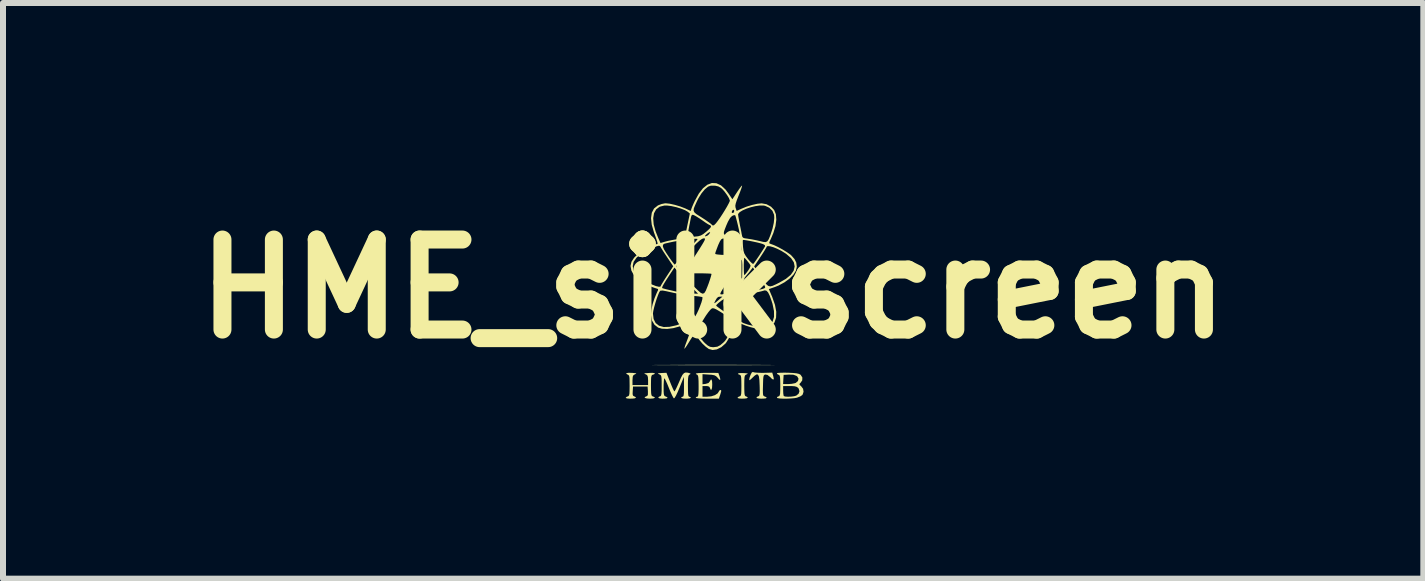
<source format=kicad_pcb>
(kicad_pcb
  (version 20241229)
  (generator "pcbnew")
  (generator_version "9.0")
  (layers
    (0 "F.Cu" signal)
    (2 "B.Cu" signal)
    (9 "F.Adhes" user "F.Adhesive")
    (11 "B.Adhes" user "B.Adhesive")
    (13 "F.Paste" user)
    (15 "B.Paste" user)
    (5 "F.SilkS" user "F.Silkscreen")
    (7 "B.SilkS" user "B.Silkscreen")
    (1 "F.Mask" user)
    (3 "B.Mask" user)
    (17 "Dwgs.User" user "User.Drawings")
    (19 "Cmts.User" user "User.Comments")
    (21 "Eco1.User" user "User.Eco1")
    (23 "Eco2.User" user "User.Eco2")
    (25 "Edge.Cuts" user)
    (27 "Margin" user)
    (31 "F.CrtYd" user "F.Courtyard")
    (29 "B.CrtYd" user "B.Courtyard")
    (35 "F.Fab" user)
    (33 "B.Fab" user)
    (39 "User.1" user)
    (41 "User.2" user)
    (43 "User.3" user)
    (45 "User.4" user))
  (footprint "HME_silkscreen"
    (layer "F.Cu")
    (at 8.836 1.764)
    (property "Reference" "HME_silkscreen" (at 0 0 0) (layer "F.SilkS") (effects (font (size 1.5 1.5) (thickness 0.3))))
    (attr board_only exclude_from_pos_files exclude_from_bom)
    (fp_poly (pts (xy 0.324 1.266) (xy 0.555 1.267) (xy 0.766 1.267) (xy 0.83 1.268) (xy 0.925 1.268) (xy 0.988 1.269) (xy 1.02 1.269) (xy 1.023 1.27) (xy 0.997 1.27) (xy 0.943 1.271) (xy 0.862 1.271) (xy 0.755 1.271) (xy 0.623 1.272) (xy 0.467 1.272) (xy 0.288 1.272) (xy 0.087 1.272) (xy 0 1.272) (xy -0.21 1.272) (xy -0.399 1.272) (xy -0.564 1.272) (xy -0.706 1.271) (xy -0.822 1.271) (xy -0.914 1.271) (xy -0.978 1.27) (xy -1.016 1.27) (xy -1.025 1.269) (xy -1.004 1.269) (xy -0.954 1.268) (xy -0.872 1.268) (xy -0.83 1.268) (xy -0.629 1.267) (xy -0.404 1.266) (xy -0.164 1.266) (xy 0.082 1.266)) (stroke (width 0) (type solid)) (fill yes) (layer "F.SilkS"))
    (fp_poly (pts (xy 0.543 1.406) (xy 0.572 1.41) (xy 0.575 1.416) (xy 0.556 1.426) (xy 0.555 1.426) (xy 0.539 1.434) (xy 0.528 1.448) (xy 0.522 1.473) (xy 0.519 1.516) (xy 0.518 1.584) (xy 0.518 1.613) (xy 0.519 1.69) (xy 0.521 1.74) (xy 0.526 1.77) (xy 0.534 1.786) (xy 0.548 1.793) (xy 0.551 1.793) (xy 0.573 1.806) (xy 0.574 1.816) (xy 0.555 1.825) (xy 0.517 1.829) (xy 0.472 1.83) (xy 0.432 1.827) (xy 0.408 1.82) (xy 0.405 1.816) (xy 0.418 1.801) (xy 0.437 1.793) (xy 0.452 1.787) (xy 0.461 1.774) (xy 0.467 1.746) (xy 0.469 1.7) (xy 0.47 1.628) (xy 0.47 1.612) (xy 0.469 1.535) (xy 0.467 1.484) (xy 0.462 1.454) (xy 0.454 1.438) (xy 0.44 1.431) (xy 0.438 1.43) (xy 0.412 1.42) (xy 0.416 1.41) (xy 0.444 1.404) (xy 0.484 1.403)) (stroke (width 0) (type solid)) (fill yes) (layer "F.SilkS"))
    (fp_poly (pts (xy 0.668 1.388) (xy 0.693 1.394) (xy 0.741 1.398) (xy 0.804 1.4) (xy 0.836 1.4) (xy 0.984 1.396) (xy 1 1.451) (xy 1.01 1.496) (xy 1.004 1.513) (xy 0.981 1.502) (xy 0.953 1.473) (xy 0.906 1.435) (xy 0.871 1.428) (xy 0.855 1.432) (xy 0.844 1.443) (xy 0.837 1.466) (xy 0.833 1.506) (xy 0.831 1.571) (xy 0.83 1.609) (xy 0.828 1.687) (xy 0.829 1.738) (xy 0.832 1.768) (xy 0.84 1.784) (xy 0.852 1.792) (xy 0.858 1.793) (xy 0.885 1.806) (xy 0.891 1.816) (xy 0.877 1.825) (xy 0.842 1.829) (xy 0.798 1.83) (xy 0.756 1.827) (xy 0.727 1.82) (xy 0.722 1.816) (xy 0.728 1.801) (xy 0.746 1.793) (xy 0.76 1.787) (xy 0.769 1.775) (xy 0.774 1.75) (xy 0.776 1.706) (xy 0.775 1.638) (xy 0.774 1.609) (xy 0.77 1.52) (xy 0.762 1.461) (xy 0.747 1.43) (xy 0.726 1.425) (xy 0.694 1.444) (xy 0.663 1.473) (xy 0.631 1.503) (xy 0.61 1.521) (xy 0.606 1.523) (xy 0.6 1.509) (xy 0.609 1.471) (xy 0.624 1.431) (xy 0.644 1.393) (xy 0.662 1.385)) (stroke (width 0) (type solid)) (fill yes) (layer "F.SilkS"))
    (fp_poly (pts (xy 0.086 1.401) (xy 0.107 1.462) (xy 0.119 1.505) (xy 0.115 1.52) (xy 0.096 1.507) (xy 0.072 1.479) (xy 0.048 1.455) (xy 0.019 1.44) (xy -0.025 1.432) (xy -0.071 1.429) (xy -0.178 1.422) (xy -0.178 1.506) (xy -0.178 1.59) (xy -0.126 1.584) (xy -0.078 1.569) (xy -0.057 1.543) (xy -0.039 1.512) (xy -0.026 1.513) (xy -0.018 1.545) (xy -0.016 1.596) (xy -0.019 1.649) (xy -0.028 1.679) (xy -0.039 1.684) (xy -0.051 1.66) (xy -0.053 1.652) (xy -0.068 1.629) (xy -0.102 1.62) (xy -0.12 1.62) (xy -0.178 1.62) (xy -0.178 1.709) (xy -0.178 1.798) (xy -0.105 1.798) (xy -0.032 1.791) (xy 0.03 1.771) (xy 0.074 1.742) (xy 0.089 1.719) (xy 0.106 1.692) (xy 0.122 1.685) (xy 0.133 1.69) (xy 0.133 1.71) (xy 0.121 1.751) (xy 0.119 1.758) (xy 0.094 1.83) (xy -0.099 1.83) (xy -0.184 1.829) (xy -0.246 1.825) (xy -0.283 1.82) (xy -0.292 1.814) (xy -0.278 1.8) (xy -0.267 1.798) (xy -0.256 1.793) (xy -0.249 1.774) (xy -0.245 1.737) (xy -0.243 1.676) (xy -0.243 1.619) (xy -0.244 1.538) (xy -0.247 1.483) (xy -0.252 1.451) (xy -0.262 1.435) (xy -0.267 1.431) (xy -0.29 1.419) (xy -0.285 1.41) (xy -0.25 1.404) (xy -0.184 1.401) (xy -0.103 1.4)) (stroke (width 0) (type solid)) (fill yes) (layer "F.SilkS"))
    (fp_poly (pts (xy 1.249 1.398) (xy 1.332 1.402) (xy 1.39 1.408) (xy 1.428 1.417) (xy 1.452 1.429) (xy 1.458 1.434) (xy 1.486 1.477) (xy 1.484 1.525) (xy 1.458 1.563) (xy 1.438 1.584) (xy 1.439 1.599) (xy 1.465 1.622) (xy 1.466 1.623) (xy 1.498 1.665) (xy 1.506 1.715) (xy 1.491 1.761) (xy 1.482 1.772) (xy 1.45 1.793) (xy 1.404 1.811) (xy 1.397 1.814) (xy 1.353 1.822) (xy 1.293 1.827) (xy 1.227 1.83) (xy 1.163 1.83) (xy 1.108 1.827) (xy 1.072 1.821) (xy 1.062 1.816) (xy 1.068 1.801) (xy 1.086 1.793) (xy 1.1 1.787) (xy 1.109 1.773) (xy 1.115 1.746) (xy 1.117 1.699) (xy 1.118 1.627) (xy 1.118 1.62) (xy 1.166 1.62) (xy 1.166 1.698) (xy 1.168 1.746) (xy 1.174 1.78) (xy 1.177 1.787) (xy 1.202 1.795) (xy 1.247 1.798) (xy 1.301 1.796) (xy 1.352 1.789) (xy 1.385 1.779) (xy 1.424 1.747) (xy 1.438 1.705) (xy 1.424 1.661) (xy 1.417 1.652) (xy 1.394 1.634) (xy 1.36 1.624) (xy 1.307 1.62) (xy 1.277 1.62) (xy 1.166 1.62) (xy 1.118 1.62) (xy 1.118 1.612) (xy 1.118 1.587) (xy 1.165 1.587) (xy 1.25 1.587) (xy 1.308 1.583) (xy 1.359 1.573) (xy 1.377 1.567) (xy 1.413 1.535) (xy 1.422 1.497) (xy 1.401 1.46) (xy 1.387 1.45) (xy 1.337 1.431) (xy 1.263 1.429) (xy 1.261 1.429) (xy 1.174 1.434) (xy 1.169 1.511) (xy 1.165 1.587) (xy 1.118 1.587) (xy 1.117 1.535) (xy 1.115 1.484) (xy 1.11 1.454) (xy 1.102 1.438) (xy 1.088 1.431) (xy 1.086 1.43) (xy 1.064 1.418) (xy 1.063 1.407) (xy 1.082 1.401) (xy 1.126 1.398) (xy 1.189 1.397)) (stroke (width 0) (type solid)) (fill yes) (layer "F.SilkS"))
    (fp_poly (pts (xy -1.359 1.4) (xy -1.353 1.4) (xy -1.303 1.405) (xy -1.282 1.409) (xy -1.286 1.416) (xy -1.308 1.426) (xy -1.33 1.44) (xy -1.341 1.465) (xy -1.344 1.51) (xy -1.345 1.522) (xy -1.345 1.604) (xy -1.215 1.604) (xy -1.085 1.604) (xy -1.085 1.522) (xy -1.088 1.472) (xy -1.097 1.444) (xy -1.116 1.428) (xy -1.122 1.426) (xy -1.144 1.416) (xy -1.148 1.41) (xy -1.13 1.406) (xy -1.085 1.403) (xy -1.057 1.401) (xy -1.007 1.4) (xy -0.977 1.406) (xy -0.972 1.416) (xy -0.995 1.428) (xy -1.004 1.43) (xy -1.019 1.436) (xy -1.028 1.45) (xy -1.034 1.477) (xy -1.036 1.523) (xy -1.037 1.595) (xy -1.037 1.612) (xy -1.036 1.689) (xy -1.034 1.739) (xy -1.029 1.77) (xy -1.021 1.785) (xy -1.007 1.793) (xy -1.004 1.793) (xy -0.975 1.806) (xy -0.975 1.818) (xy -1.001 1.827) (xy -1.05 1.83) (xy -1.052 1.83) (xy -1.103 1.827) (xy -1.135 1.819) (xy -1.144 1.807) (xy -1.125 1.796) (xy -1.117 1.793) (xy -1.097 1.783) (xy -1.088 1.762) (xy -1.088 1.719) (xy -1.088 1.706) (xy -1.093 1.628) (xy -1.215 1.628) (xy -1.336 1.628) (xy -1.341 1.706) (xy -1.343 1.754) (xy -1.336 1.78) (xy -1.319 1.791) (xy -1.313 1.793) (xy -1.291 1.805) (xy -1.289 1.816) (xy -1.308 1.825) (xy -1.346 1.829) (xy -1.391 1.83) (xy -1.431 1.827) (xy -1.455 1.82) (xy -1.458 1.816) (xy -1.444 1.801) (xy -1.426 1.793) (xy -1.411 1.787) (xy -1.402 1.773) (xy -1.396 1.746) (xy -1.394 1.7) (xy -1.393 1.628) (xy -1.393 1.613) (xy -1.394 1.536) (xy -1.395 1.486) (xy -1.4 1.455) (xy -1.409 1.438) (xy -1.423 1.429) (xy -1.43 1.427) (xy -1.45 1.414) (xy -1.443 1.404) (xy -1.411 1.399)) (stroke (width 0) (type solid)) (fill yes) (layer "F.SilkS"))
    (fp_poly (pts (xy -0.425 1.397) (xy -0.408 1.401) (xy -0.38 1.41) (xy -0.38 1.42) (xy -0.393 1.428) (xy -0.406 1.439) (xy -0.414 1.46) (xy -0.419 1.497) (xy -0.421 1.556) (xy -0.421 1.621) (xy -0.42 1.7) (xy -0.418 1.753) (xy -0.413 1.783) (xy -0.404 1.796) (xy -0.397 1.798) (xy -0.375 1.807) (xy -0.373 1.814) (xy -0.387 1.824) (xy -0.424 1.829) (xy -0.454 1.83) (xy -0.5 1.828) (xy -0.529 1.82) (xy -0.535 1.814) (xy -0.521 1.8) (xy -0.51 1.798) (xy -0.499 1.793) (xy -0.492 1.774) (xy -0.488 1.735) (xy -0.487 1.672) (xy -0.487 1.632) (xy -0.488 1.466) (xy -0.562 1.649) (xy -0.592 1.72) (xy -0.619 1.777) (xy -0.641 1.814) (xy -0.654 1.826) (xy -0.654 1.826) (xy -0.667 1.809) (xy -0.688 1.769) (xy -0.714 1.711) (xy -0.737 1.655) (xy -0.764 1.589) (xy -0.788 1.535) (xy -0.806 1.5) (xy -0.814 1.49) (xy -0.819 1.505) (xy -0.823 1.546) (xy -0.826 1.604) (xy -0.826 1.638) (xy -0.826 1.708) (xy -0.823 1.752) (xy -0.816 1.777) (xy -0.805 1.789) (xy -0.794 1.793) (xy -0.767 1.806) (xy -0.761 1.816) (xy -0.775 1.825) (xy -0.81 1.829) (xy -0.852 1.83) (xy -0.89 1.826) (xy -0.913 1.818) (xy -0.914 1.816) (xy -0.908 1.801) (xy -0.891 1.793) (xy -0.876 1.787) (xy -0.867 1.773) (xy -0.862 1.746) (xy -0.859 1.699) (xy -0.859 1.627) (xy -0.859 1.613) (xy -0.859 1.536) (xy -0.861 1.486) (xy -0.866 1.455) (xy -0.875 1.438) (xy -0.889 1.429) (xy -0.895 1.426) (xy -0.919 1.415) (xy -0.92 1.409) (xy -0.895 1.405) (xy -0.847 1.402) (xy -0.779 1.399) (xy -0.719 1.551) (xy -0.693 1.615) (xy -0.67 1.668) (xy -0.653 1.701) (xy -0.647 1.709) (xy -0.637 1.698) (xy -0.618 1.663) (xy -0.593 1.609) (xy -0.571 1.559) (xy -0.538 1.483) (xy -0.512 1.433) (xy -0.487 1.405) (xy -0.46 1.394)) (stroke (width 0) (type solid)) (fill yes) (layer "F.SilkS"))
    (fp_poly (pts (xy 0.054 -1.76) (xy 0.13 -1.725) (xy 0.204 -1.657) (xy 0.255 -1.589) (xy 0.32 -1.493) (xy 0.399 -1.614) (xy 0.434 -1.665) (xy 0.462 -1.703) (xy 0.479 -1.721) (xy 0.482 -1.721) (xy 0.478 -1.701) (xy 0.464 -1.659) (xy 0.442 -1.6) (xy 0.422 -1.55) (xy 0.393 -1.476) (xy 0.376 -1.424) (xy 0.369 -1.388) (xy 0.371 -1.36) (xy 0.375 -1.346) (xy 0.391 -1.299) (xy 0.475 -1.337) (xy 0.559 -1.371) (xy 0.651 -1.399) (xy 0.737 -1.418) (xy 0.807 -1.425) (xy 0.809 -1.425) (xy 0.89 -1.41) (xy 0.964 -1.369) (xy 1.016 -1.314) (xy 1.045 -1.243) (xy 1.052 -1.152) (xy 1.038 -1.046) (xy 1.002 -0.929) (xy 0.963 -0.837) (xy 0.941 -0.791) (xy 0.934 -0.767) (xy 0.939 -0.756) (xy 0.958 -0.749) (xy 0.958 -0.749) (xy 1.013 -0.729) (xy 1.083 -0.696) (xy 1.158 -0.655) (xy 1.228 -0.612) (xy 1.284 -0.573) (xy 1.301 -0.558) (xy 1.355 -0.497) (xy 1.384 -0.439) (xy 1.393 -0.373) (xy 1.393 -0.366) (xy 1.378 -0.302) (xy 1.336 -0.235) (xy 1.271 -0.169) (xy 1.187 -0.108) (xy 1.089 -0.055) (xy 1.029 -0.031) (xy 0.928 0.004) (xy 0.984 0.136) (xy 1.03 0.267) (xy 1.051 0.382) (xy 1.048 0.48) (xy 1.022 0.56) (xy 0.974 0.618) (xy 0.905 0.655) (xy 0.814 0.669) (xy 0.704 0.659) (xy 0.696 0.657) (xy 0.621 0.638) (xy 0.544 0.613) (xy 0.491 0.592) (xy 0.431 0.567) (xy 0.393 0.561) (xy 0.376 0.572) (xy 0.373 0.589) (xy 0.365 0.617) (xy 0.344 0.665) (xy 0.316 0.724) (xy 0.282 0.787) (xy 0.249 0.845) (xy 0.22 0.891) (xy 0.205 0.911) (xy 0.135 0.972) (xy 0.061 1.009) (xy -0.01 1.019) (xy -0.073 1.002) (xy -0.125 0.964) (xy -0.182 0.91) (xy -0.232 0.85) (xy -0.261 0.805) (xy -0.28 0.773) (xy -0.297 0.758) (xy -0.316 0.764) (xy -0.341 0.791) (xy -0.376 0.843) (xy -0.406 0.892) (xy -0.438 0.944) (xy -0.464 0.981) (xy -0.479 0.998) (xy -0.481 0.999) (xy -0.478 0.982) (xy -0.466 0.941) (xy -0.445 0.885) (xy -0.428 0.84) (xy -0.389 0.732) (xy -0.381 0.705) (xy -0.272 0.705) (xy -0.262 0.733) (xy -0.242 0.773) (xy -0.206 0.827) (xy -0.158 0.884) (xy -0.134 0.908) (xy -0.089 0.946) (xy -0.051 0.966) (xy -0.008 0.972) (xy 0.006 0.972) (xy 0.069 0.964) (xy 0.121 0.937) (xy 0.132 0.927) (xy 0.17 0.895) (xy 0.198 0.866) (xy 0.223 0.83) (xy 0.25 0.782) (xy 0.28 0.721) (xy 0.317 0.641) (xy 0.341 0.579) (xy 0.351 0.537) (xy 0.347 0.519) (xy 0.344 0.518) (xy 0.326 0.51) (xy 0.287 0.487) (xy 0.233 0.454) (xy 0.171 0.415) (xy 0.099 0.37) (xy 0.049 0.341) (xy 0.014 0.326) (xy -0.01 0.323) (xy -0.023 0.327) (xy -0.046 0.347) (xy -0.08 0.388) (xy -0.119 0.442) (xy -0.138 0.472) (xy -0.177 0.535) (xy -0.214 0.594) (xy -0.242 0.639) (xy -0.25 0.651) (xy -0.267 0.681) (xy -0.272 0.705) (xy -0.381 0.705) (xy -0.366 0.649) (xy -0.358 0.592) (xy -0.367 0.562) (xy -0.37 0.56) (xy -0.394 0.56) (xy -0.434 0.573) (xy -0.449 0.58) (xy -0.556 0.625) (xy -0.665 0.655) (xy -0.767 0.668) (xy -0.856 0.664) (xy -0.917 0.646) (xy -0.978 0.599) (xy -1.019 0.53) (xy -1.036 0.442) (xy -1.037 0.422) (xy -1.036 0.412) (xy -1.004 0.412) (xy -0.993 0.503) (xy -0.959 0.57) (xy -0.903 0.614) (xy -0.826 0.636) (xy -0.729 0.633) (xy -0.612 0.607) (xy -0.526 0.577) (xy -0.482 0.56) (xy -0.447 0.546) (xy -0.429 0.535) (xy -0.34 0.535) (xy -0.328 0.55) (xy -0.324 0.551) (xy -0.308 0.538) (xy -0.308 0.535) (xy -0.32 0.519) (xy -0.324 0.518) (xy -0.34 0.531) (xy -0.34 0.535) (xy -0.429 0.535) (xy -0.423 0.531) (xy -0.408 0.51) (xy -0.402 0.479) (xy -0.404 0.434) (xy -0.414 0.371) (xy -0.431 0.286) (xy -0.454 0.174) (xy -0.462 0.137) (xy -0.472 0.117) (xy -0.486 0.109) (xy -0.434 0.109) (xy -0.412 0.229) (xy -0.393 0.323) (xy -0.375 0.4) (xy -0.359 0.454) (xy -0.347 0.483) (xy -0.342 0.486) (xy -0.321 0.478) (xy -0.314 0.474) (xy -0.294 0.45) (xy -0.27 0.406) (xy -0.243 0.349) (xy -0.218 0.287) (xy -0.215 0.278) (xy 0.049 0.278) (xy 0.061 0.291) (xy 0.095 0.317) (xy 0.142 0.351) (xy 0.197 0.389) (xy 0.252 0.426) (xy 0.302 0.458) (xy 0.339 0.479) (xy 0.356 0.486) (xy 0.362 0.478) (xy 0.411 0.478) (xy 0.418 0.511) (xy 0.452 0.542) (xy 0.506 0.571) (xy 0.575 0.595) (xy 0.652 0.614) (xy 0.732 0.626) (xy 0.809 0.63) (xy 0.877 0.625) (xy 0.929 0.609) (xy 0.944 0.599) (xy 0.991 0.543) (xy 1.014 0.467) (xy 1.013 0.37) (xy 0.989 0.251) (xy 0.97 0.192) (xy 0.941 0.112) (xy 0.915 0.06) (xy 0.889 0.032) (xy 0.861 0.025) (xy 0.838 0.031) (xy 0.803 0.041) (xy 0.746 0.054) (xy 0.677 0.068) (xy 0.645 0.073) (xy 0.579 0.085) (xy 0.527 0.095) (xy 0.496 0.102) (xy 0.491 0.103) (xy 0.486 0.12) (xy 0.477 0.161) (xy 0.464 0.221) (xy 0.453 0.276) (xy 0.438 0.35) (xy 0.424 0.414) (xy 0.414 0.46) (xy 0.411 0.478) (xy 0.362 0.478) (xy 0.367 0.472) (xy 0.381 0.437) (xy 0.385 0.425) (xy 0.398 0.375) (xy 0.412 0.31) (xy 0.421 0.267) (xy 0.432 0.21) (xy 0.443 0.162) (xy 0.448 0.139) (xy 0.451 0.124) (xy 0.442 0.116) (xy 0.416 0.114) (xy 0.367 0.118) (xy 0.34 0.12) (xy 0.272 0.129) (xy 0.223 0.143) (xy 0.179 0.167) (xy 0.135 0.198) (xy 0.091 0.233) (xy 0.06 0.262) (xy 0.049 0.278) (xy -0.215 0.278) (xy -0.199 0.235) (xy 0.018 0.235) (xy 0.022 0.239) (xy 0.048 0.222) (xy 0.092 0.184) (xy 0.113 0.166) (xy 0.154 0.13) (xy 0.112 0.13) (xy 0.084 0.135) (xy 0.062 0.154) (xy 0.038 0.193) (xy 0.018 0.235) (xy -0.199 0.235) (xy -0.196 0.227) (xy -0.182 0.177) (xy -0.178 0.145) (xy -0.181 0.138) (xy -0.2 0.133) (xy -0.242 0.126) (xy -0.3 0.12) (xy -0.312 0.119) (xy -0.434 0.109) (xy -0.486 0.109) (xy -0.497 0.103) (xy -0.543 0.09) (xy -0.579 0.082) (xy -0.579 0.082) (xy 0.118 0.082) (xy 0.126 0.093) (xy 0.154 0.091) (xy 0.166 0.089) (xy 0.18 0.083) (xy 0.267 0.083) (xy 0.34 0.079) (xy 0.389 0.075) (xy 0.424 0.071) (xy 0.432 0.069) (xy 0.443 0.051) (xy 0.455 0.013) (xy 0.457 0.001) (xy 0.493 0.001) (xy 0.494 0.037) (xy 0.505 0.057) (xy 0.53 0.064) (xy 0.575 0.058) (xy 0.644 0.043) (xy 0.692 0.032) (xy 0.771 0.014) (xy 0.824 0.001) (xy 0.854 -0.01) (xy 0.866 -0.022) (xy 0.864 -0.038) (xy 0.853 -0.059) (xy 0.849 -0.069) (xy 0.827 -0.107) (xy 0.792 -0.161) (xy 0.753 -0.222) (xy 0.741 -0.239) (xy 0.661 -0.357) (xy 0.627 -0.312) (xy 0.593 -0.269) (xy 0.554 -0.223) (xy 0.55 -0.219) (xy 0.525 -0.186) (xy 0.51 -0.148) (xy 0.501 -0.095) (xy 0.497 -0.053) (xy 0.493 0.001) (xy 0.457 0.001) (xy 0.464 -0.033) (xy 0.47 -0.076) (xy 0.468 -0.103) (xy 0.466 -0.106) (xy 0.453 -0.098) (xy 0.423 -0.072) (xy 0.381 -0.032) (xy 0.364 -0.015) (xy 0.267 0.083) (xy 0.18 0.083) (xy 0.204 0.073) (xy 0.255 0.036) (xy 0.321 -0.024) (xy 0.35 -0.054) (xy 0.482 -0.186) (xy 0.485 -0.336) (xy 0.485 -0.373) (xy 0.51 -0.373) (xy 0.511 -0.308) (xy 0.513 -0.259) (xy 0.517 -0.231) (xy 0.518 -0.227) (xy 0.532 -0.24) (xy 0.557 -0.271) (xy 0.58 -0.301) (xy 0.609 -0.347) (xy 0.62 -0.374) (xy 0.683 -0.374) (xy 0.798 -0.202) (xy 0.847 -0.128) (xy 0.884 -0.078) (xy 0.916 -0.05) (xy 0.949 -0.041) (xy 0.989 -0.05) (xy 1.043 -0.074) (xy 1.099 -0.102) (xy 1.211 -0.166) (xy 1.292 -0.233) (xy 1.341 -0.302) (xy 1.358 -0.372) (xy 1.344 -0.442) (xy 1.298 -0.512) (xy 1.219 -0.581) (xy 1.2 -0.594) (xy 1.135 -0.634) (xy 1.067 -0.668) (xy 1.003 -0.694) (xy 0.949 -0.709) (xy 0.909 -0.713) (xy 0.891 -0.704) (xy 0.891 -0.7) (xy 0.882 -0.682) (xy 0.859 -0.643) (xy 0.825 -0.589) (xy 0.787 -0.531) (xy 0.683 -0.374) (xy 0.62 -0.374) (xy 0.622 -0.381) (xy 0.621 -0.393) (xy 0.601 -0.424) (xy 0.572 -0.46) (xy 0.544 -0.494) (xy 0.524 -0.515) (xy 0.518 -0.518) (xy 0.515 -0.503) (xy 0.512 -0.463) (xy 0.51 -0.405) (xy 0.51 -0.373) (xy 0.485 -0.373) (xy 0.485 -0.401) (xy 0.482 -0.452) (xy 0.477 -0.482) (xy 0.474 -0.486) (xy 0.462 -0.473) (xy 0.436 -0.437) (xy 0.399 -0.382) (xy 0.356 -0.315) (xy 0.332 -0.275) (xy 0.283 -0.195) (xy 0.236 -0.119) (xy 0.196 -0.054) (xy 0.166 -0.007) (xy 0.159 0.004) (xy 0.129 0.054) (xy 0.118 0.082) (xy -0.579 0.082) (xy -0.652 0.068) (xy -0.729 0.051) (xy -0.777 0.04) (xy -0.842 0.028) (xy -0.879 0.031) (xy -0.884 0.033) (xy -0.9 0.058) (xy -0.92 0.106) (xy -0.943 0.169) (xy -0.965 0.239) (xy -0.984 0.308) (xy -0.998 0.368) (xy -1.004 0.41) (xy -1.004 0.412) (xy -1.036 0.412) (xy -1.029 0.346) (xy -1.009 0.254) (xy -0.978 0.158) (xy -0.942 0.07) (xy -0.934 0.053) (xy -0.918 0.019) (xy -0.92 0.003) (xy -0.944 -0.006) (xy -0.952 -0.008) (xy -1 -0.024) (xy -0.851 -0.024) (xy -0.849 -0.013) (xy -0.846 -0.011) (xy -0.826 -0.005) (xy -0.782 0.007) (xy -0.725 0.02) (xy -0.721 0.021) (xy -0.626 0.043) (xy -0.559 0.058) (xy -0.515 0.063) (xy -0.489 0.058) (xy -0.478 0.042) (xy -0.476 0.012) (xy -0.48 -0.031) (xy -0.481 -0.053) (xy -0.485 -0.087) (xy -0.452 -0.087) (xy -0.449 -0.048) (xy -0.446 -0.018) (xy -0.437 0.031) (xy -0.421 0.059) (xy -0.391 0.073) (xy -0.34 0.078) (xy -0.316 0.079) (xy -0.252 0.081) (xy -0.348 -0.016) (xy -0.392 -0.059) (xy -0.427 -0.091) (xy -0.448 -0.106) (xy -0.45 -0.106) (xy -0.452 -0.087) (xy -0.485 -0.087) (xy -0.488 -0.116) (xy -0.499 -0.16) (xy -0.519 -0.199) (xy -0.554 -0.245) (xy -0.569 -0.263) (xy -0.646 -0.355) (xy -0.734 -0.222) (xy -0.786 -0.142) (xy -0.821 -0.085) (xy -0.842 -0.047) (xy -0.851 -0.024) (xy -1 -0.024) (xy -1.019 -0.031) (xy -1.098 -0.068) (xy -1.177 -0.112) (xy -1.244 -0.156) (xy -1.266 -0.175) (xy -1.329 -0.241) (xy -1.364 -0.306) (xy -1.377 -0.377) (xy -1.377 -0.378) (xy -1.341 -0.378) (xy -1.326 -0.307) (xy -1.278 -0.236) (xy -1.199 -0.168) (xy -1.088 -0.103) (xy -1.027 -0.075) (xy -0.953 -0.046) (xy -0.902 -0.034) (xy -0.877 -0.039) (xy -0.875 -0.046) (xy -0.866 -0.064) (xy -0.843 -0.103) (xy -0.809 -0.158) (xy -0.77 -0.218) (xy -0.669 -0.372) (xy -0.616 -0.372) (xy -0.606 -0.357) (xy -0.583 -0.326) (xy -0.553 -0.29) (xy -0.524 -0.255) (xy -0.503 -0.232) (xy -0.497 -0.227) (xy -0.496 -0.242) (xy -0.495 -0.259) (xy -0.454 -0.259) (xy -0.454 -0.213) (xy -0.448 -0.188) (xy -0.431 -0.157) (xy -0.397 -0.116) (xy -0.344 -0.061) (xy -0.315 -0.033) (xy -0.252 0.028) (xy -0.207 0.067) (xy -0.174 0.081) (xy -0.148 0.07) (xy -0.124 0.032) (xy -0.097 -0.034) (xy -0.075 -0.092) (xy -0.053 -0.157) (xy -0.037 -0.209) (xy -0.029 -0.242) (xy -0.029 -0.25) (xy -0.048 -0.254) (xy -0.092 -0.256) (xy -0.156 -0.258) (xy -0.234 -0.259) (xy -0.246 -0.259) (xy -0.454 -0.259) (xy -0.495 -0.259) (xy -0.495 -0.282) (xy -0.494 -0.34) (xy -0.494 -0.373) (xy -0.494 -0.378) (xy -0.469 -0.378) (xy -0.466 -0.338) (xy -0.458 -0.325) (xy -0.445 -0.338) (xy -0.419 -0.375) (xy -0.381 -0.43) (xy -0.335 -0.5) (xy -0.283 -0.581) (xy -0.28 -0.584) (xy -0.278 -0.588) (xy 0.033 -0.588) (xy 0.043 -0.578) (xy 0.077 -0.572) (xy 0.137 -0.567) (xy 0.225 -0.564) (xy 0.231 -0.563) (xy 0.309 -0.562) (xy 0.376 -0.562) (xy 0.425 -0.563) (xy 0.449 -0.564) (xy 0.449 -0.564) (xy 0.45 -0.579) (xy 0.431 -0.611) (xy 0.401 -0.649) (xy 0.333 -0.722) (xy 0.269 -0.781) (xy 0.215 -0.821) (xy 0.172 -0.839) (xy 0.16 -0.839) (xy 0.137 -0.827) (xy 0.113 -0.794) (xy 0.086 -0.736) (xy 0.08 -0.721) (xy 0.058 -0.663) (xy 0.041 -0.617) (xy 0.033 -0.589) (xy 0.033 -0.588) (xy -0.278 -0.588) (xy -0.223 -0.674) (xy -0.182 -0.74) (xy -0.155 -0.786) (xy -0.14 -0.816) (xy -0.137 -0.833) (xy -0.142 -0.841) (xy -0.155 -0.842) (xy -0.156 -0.842) (xy -0.184 -0.834) (xy -0.223 -0.807) (xy -0.276 -0.76) (xy -0.323 -0.713) (xy -0.38 -0.654) (xy -0.417 -0.61) (xy -0.44 -0.575) (xy -0.453 -0.543) (xy -0.459 -0.508) (xy -0.467 -0.436) (xy -0.469 -0.378) (xy -0.494 -0.378) (xy -0.495 -0.437) (xy -0.498 -0.487) (xy -0.502 -0.515) (xy -0.505 -0.518) (xy -0.519 -0.506) (xy -0.545 -0.477) (xy -0.574 -0.439) (xy -0.599 -0.403) (xy -0.614 -0.377) (xy -0.616 -0.372) (xy -0.669 -0.372) (xy -0.666 -0.376) (xy -0.76 -0.516) (xy -0.802 -0.579) (xy -0.838 -0.634) (xy -0.864 -0.676) (xy -0.873 -0.692) (xy -0.881 -0.705) (xy -0.839 -0.705) (xy -0.819 -0.657) (xy -0.783 -0.599) (xy -0.735 -0.527) (xy -0.693 -0.468) (xy -0.661 -0.426) (xy -0.643 -0.406) (xy -0.64 -0.405) (xy -0.628 -0.417) (xy -0.602 -0.448) (xy -0.567 -0.492) (xy -0.562 -0.498) (xy -0.523 -0.553) (xy -0.5 -0.597) (xy -0.493 -0.624) (xy -0.457 -0.624) (xy -0.358 -0.721) (xy -0.314 -0.766) (xy -0.279 -0.804) (xy -0.261 -0.827) (xy -0.259 -0.831) (xy -0.273 -0.834) (xy -0.308 -0.834) (xy -0.353 -0.832) (xy -0.396 -0.828) (xy -0.426 -0.822) (xy -0.432 -0.82) (xy -0.435 -0.804) (xy -0.44 -0.765) (xy -0.446 -0.721) (xy -0.457 -0.624) (xy -0.493 -0.624) (xy -0.488 -0.645) (xy -0.481 -0.701) (xy -0.476 -0.758) (xy -0.477 -0.791) (xy -0.484 -0.806) (xy -0.5 -0.81) (xy -0.51 -0.81) (xy -0.543 -0.807) (xy -0.598 -0.798) (xy -0.664 -0.786) (xy -0.73 -0.772) (xy -0.786 -0.759) (xy -0.814 -0.752) (xy -0.837 -0.735) (xy -0.839 -0.705) (xy -0.881 -0.705) (xy -0.887 -0.714) (xy -0.906 -0.719) (xy -0.94 -0.71) (xy -0.953 -0.706) (xy -1.093 -0.648) (xy -1.201 -0.585) (xy -1.279 -0.518) (xy -1.326 -0.449) (xy -1.341 -0.378) (xy -1.377 -0.378) (xy -1.377 -0.386) (xy -1.362 -0.451) (xy -1.318 -0.519) (xy -1.25 -0.586) (xy -1.16 -0.648) (xy -1.095 -0.683) (xy -1.034 -0.711) (xy -0.983 -0.732) (xy -0.949 -0.744) (xy -0.943 -0.745) (xy -0.932 -0.746) (xy -0.927 -0.751) (xy -0.928 -0.766) (xy -0.936 -0.795) (xy -0.952 -0.843) (xy -0.978 -0.916) (xy -0.987 -0.94) (xy -1.024 -1.068) (xy -1.036 -1.177) (xy -1 -1.177) (xy -0.992 -1.075) (xy -0.96 -0.958) (xy -0.916 -0.848) (xy -0.878 -0.764) (xy -0.804 -0.786) (xy -0.75 -0.8) (xy -0.679 -0.814) (xy -0.606 -0.827) (xy -0.602 -0.828) (xy -0.48 -0.846) (xy 0.251 -0.846) (xy 0.355 -0.74) (xy 0.402 -0.694) (xy 0.439 -0.659) (xy 0.462 -0.641) (xy 0.467 -0.64) (xy 0.469 -0.658) (xy 0.466 -0.699) (xy 0.462 -0.736) (xy 0.455 -0.788) (xy 0.452 -0.795) (xy 0.493 -0.795) (xy 0.494 -0.753) (xy 0.497 -0.699) (xy 0.505 -0.637) (xy 0.518 -0.592) (xy 0.543 -0.548) (xy 0.58 -0.498) (xy 0.617 -0.455) (xy 0.648 -0.425) (xy 0.666 -0.415) (xy 0.667 -0.415) (xy 0.682 -0.432) (xy 0.709 -0.47) (xy 0.745 -0.522) (xy 0.768 -0.556) (xy 0.806 -0.615) (xy 0.838 -0.665) (xy 0.859 -0.699) (xy 0.865 -0.709) (xy 0.861 -0.729) (xy 0.831 -0.746) (xy 0.793 -0.758) (xy 0.738 -0.772) (xy 0.674 -0.786) (xy 0.61 -0.799) (xy 0.553 -0.809) (xy 0.512 -0.815) (xy 0.495 -0.814) (xy 0.493 -0.795) (xy 0.452 -0.795) (xy 0.445 -0.814) (xy 0.429 -0.825) (xy 0.406 -0.826) (xy 0.356 -0.829) (xy 0.306 -0.836) (xy 0.251 -0.846) (xy -0.48 -0.846) (xy -0.474 -0.847) (xy -0.459 -0.921) (xy -0.42 -0.921) (xy -0.419 -0.887) (xy -0.406 -0.87) (xy -0.378 -0.865) (xy -0.335 -0.867) (xy -0.312 -0.87) (xy -0.255 -0.876) (xy -0.135 -0.876) (xy -0.128 -0.875) (xy -0.098 -0.886) (xy -0.073 -0.907) (xy -0.058 -0.927) (xy 0.177 -0.927) (xy 0.183 -0.911) (xy 0.192 -0.901) (xy 0.224 -0.886) (xy 0.273 -0.874) (xy 0.3 -0.871) (xy 0.355 -0.866) (xy 0.402 -0.863) (xy 0.417 -0.861) (xy 0.441 -0.863) (xy 0.447 -0.88) (xy 0.443 -0.911) (xy 0.43 -0.98) (xy 0.414 -1.052) (xy 0.397 -1.121) (xy 0.382 -1.178) (xy 0.371 -1.216) (xy 0.365 -1.227) (xy 0.345 -1.228) (xy 0.314 -1.214) (xy 0.282 -1.182) (xy 0.246 -1.119) (xy 0.219 -1.058) (xy 0.194 -0.994) (xy 0.18 -0.953) (xy 0.177 -0.927) (xy -0.058 -0.927) (xy -0.051 -0.936) (xy -0.054 -0.946) (xy -0.076 -0.937) (xy -0.106 -0.915) (xy -0.134 -0.888) (xy -0.135 -0.876) (xy -0.255 -0.876) (xy -0.249 -0.877) (xy -0.205 -0.89) (xy -0.164 -0.914) (xy -0.117 -0.951) (xy -0.067 -0.996) (xy -0.04 -1.027) (xy -0.036 -1.047) (xy -0.052 -1.061) (xy -0.061 -1.064) (xy -0.089 -1.079) (xy -0.132 -1.107) (xy -0.17 -1.134) (xy -0.224 -1.171) (xy -0.275 -1.203) (xy -0.303 -1.219) (xy -0.328 -1.231) (xy -0.345 -1.235) (xy -0.358 -1.227) (xy -0.368 -1.202) (xy -0.378 -1.155) (xy -0.392 -1.083) (xy -0.397 -1.061) (xy -0.412 -0.977) (xy -0.42 -0.921) (xy -0.459 -0.921) (xy -0.432 -1.051) (xy -0.389 -1.255) (xy -0.423 -1.284) (xy -0.469 -1.311) (xy -0.538 -1.338) (xy -0.617 -1.362) (xy -0.699 -1.38) (xy -0.771 -1.389) (xy -0.812 -1.389) (xy -0.892 -1.369) (xy -0.95 -1.325) (xy -0.986 -1.261) (xy -1 -1.177) (xy -1.036 -1.177) (xy -1.036 -1.178) (xy -1.023 -1.269) (xy -0.986 -1.339) (xy -0.923 -1.389) (xy -0.915 -1.393) (xy -0.86 -1.414) (xy -0.805 -1.425) (xy -0.792 -1.426) (xy -0.724 -1.419) (xy -0.64 -1.4) (xy -0.549 -1.373) (xy -0.464 -1.34) (xy -0.458 -1.337) (xy -0.374 -1.298) (xy -0.372 -1.304) (xy -0.327 -1.304) (xy -0.314 -1.276) (xy -0.282 -1.247) (xy -0.227 -1.212) (xy -0.197 -1.193) (xy -0.135 -1.153) (xy -0.082 -1.116) (xy -0.045 -1.089) (xy -0.032 -1.077) (xy -0.01 -1.057) (xy 0.012 -1.059) (xy 0.041 -1.088) (xy 0.043 -1.089) (xy 0.074 -1.129) (xy 0.113 -1.183) (xy 0.149 -1.238) (xy 0.415 -1.238) (xy 0.419 -1.207) (xy 0.428 -1.156) (xy 0.44 -1.093) (xy 0.441 -1.085) (xy 0.455 -1.017) (xy 0.468 -0.953) (xy 0.476 -0.906) (xy 0.477 -0.905) (xy 0.484 -0.872) (xy 0.497 -0.853) (xy 0.524 -0.843) (xy 0.574 -0.836) (xy 0.579 -0.835) (xy 0.648 -0.824) (xy 0.727 -0.808) (xy 0.778 -0.796) (xy 0.836 -0.782) (xy 0.876 -0.779) (xy 0.903 -0.793) (xy 0.926 -0.828) (xy 0.95 -0.887) (xy 0.957 -0.906) (xy 0.989 -1.005) (xy 1.01 -1.1) (xy 1.018 -1.183) (xy 1.015 -1.234) (xy 0.987 -1.301) (xy 0.934 -1.353) (xy 0.865 -1.384) (xy 0.839 -1.389) (xy 0.775 -1.389) (xy 0.701 -1.378) (xy 0.625 -1.36) (xy 0.551 -1.335) (xy 0.488 -1.307) (xy 0.44 -1.277) (xy 0.416 -1.248) (xy 0.415 -1.238) (xy 0.149 -1.238) (xy 0.155 -1.247) (xy 0.173 -1.276) (xy 0.308 -1.276) (xy 0.318 -1.264) (xy 0.338 -1.269) (xy 0.348 -1.28) (xy 0.35 -1.307) (xy 0.347 -1.314) (xy 0.332 -1.318) (xy 0.316 -1.302) (xy 0.308 -1.276) (xy 0.173 -1.276) (xy 0.196 -1.313) (xy 0.232 -1.374) (xy 0.26 -1.426) (xy 0.276 -1.461) (xy 0.278 -1.472) (xy 0.262 -1.513) (xy 0.23 -1.565) (xy 0.19 -1.62) (xy 0.151 -1.664) (xy 0.132 -1.68) (xy 0.086 -1.707) (xy 0.035 -1.719) (xy -0.035 -1.72) (xy -0.039 -1.72) (xy -0.086 -1.703) (xy -0.139 -1.659) (xy -0.193 -1.594) (xy -0.244 -1.513) (xy -0.268 -1.466) (xy -0.302 -1.392) (xy -0.323 -1.34) (xy -0.327 -1.304) (xy -0.372 -1.304) (xy -0.363 -1.334) (xy -0.351 -1.366) (xy -0.329 -1.417) (xy -0.305 -1.468) (xy -0.239 -1.588) (xy -0.169 -1.678) (xy -0.096 -1.736) (xy -0.021 -1.764)) (stroke (width 0) (type solid)) (fill yes) (layer "F.SilkS")))
  (gr_rect
    (start -3 -3)
    (end 20.671 6.594)
    (stroke (width 0.1) (type default))
    (fill no)
    (layer "Edge.Cuts")))
</source>
